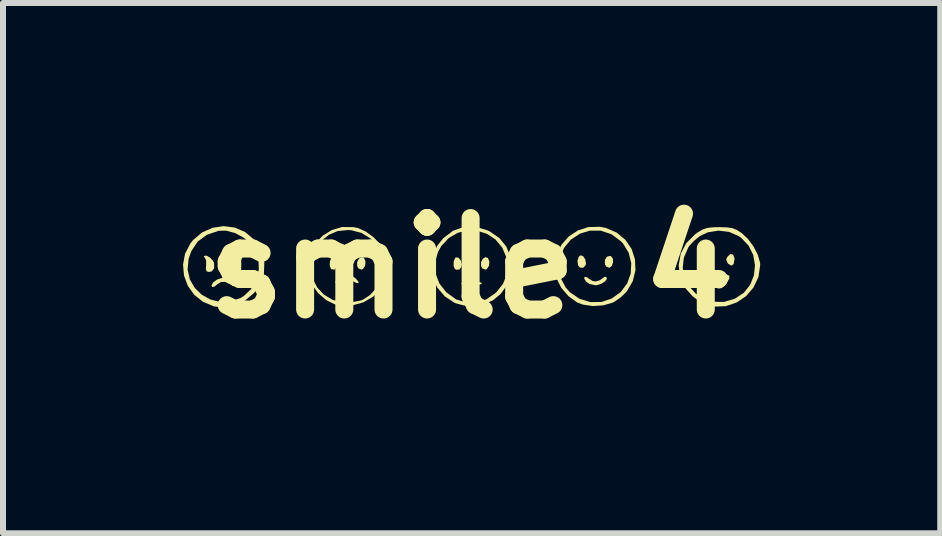
<source format=kicad_pcb>
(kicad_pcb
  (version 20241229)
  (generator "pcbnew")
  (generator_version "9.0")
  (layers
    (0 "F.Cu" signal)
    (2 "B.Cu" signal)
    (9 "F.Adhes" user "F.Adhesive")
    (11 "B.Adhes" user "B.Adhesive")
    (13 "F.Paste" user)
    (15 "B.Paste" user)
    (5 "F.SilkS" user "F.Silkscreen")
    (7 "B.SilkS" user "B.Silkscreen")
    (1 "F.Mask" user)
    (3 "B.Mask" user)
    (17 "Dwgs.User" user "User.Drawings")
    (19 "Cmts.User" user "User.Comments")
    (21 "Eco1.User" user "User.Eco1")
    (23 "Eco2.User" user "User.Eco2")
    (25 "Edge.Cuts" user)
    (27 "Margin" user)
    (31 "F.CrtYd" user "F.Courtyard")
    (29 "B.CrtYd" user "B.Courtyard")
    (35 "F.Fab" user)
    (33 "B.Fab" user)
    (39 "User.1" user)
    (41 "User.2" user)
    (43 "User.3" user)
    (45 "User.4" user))
  (footprint "smile 4"
    (layer "F.Cu")
    (at 4.792 1.418)
    (property "Reference" "smile 4" (at 0 0 0) (layer "F.SilkS") (effects (font (size 1.524 1.524) (thickness 0.3))))
    (attr board_only exclude_from_pos_files exclude_from_bom)
    (fp_poly (pts (xy -1.776 -0.169) (xy -1.751 -0.11) (xy -1.758 -0.038) (xy -1.793 0.015) (xy -1.815 0.025) (xy -1.867 0.007) (xy -1.89 -0.033) (xy -1.891 -0.1) (xy -1.861 -0.156) (xy -1.817 -0.183)) (stroke (width 0) (type solid)) (fill yes) (layer "F.SilkS"))
    (fp_poly (pts (xy 0.288 -0.169) (xy 0.313 -0.11) (xy 0.306 -0.038) (xy 0.271 0.015) (xy 0.249 0.025) (xy 0.197 0.007) (xy 0.174 -0.033) (xy 0.173 -0.1) (xy 0.203 -0.156) (xy 0.247 -0.183)) (stroke (width 0) (type solid)) (fill yes) (layer "F.SilkS"))
    (fp_poly (pts (xy 1.874 -0.2) (xy 1.909 -0.148) (xy 1.923 -0.083) (xy 1.917 -0.05) (xy 1.876 -0.006) (xy 1.823 -0.008) (xy 1.79 -0.046) (xy 1.781 -0.123) (xy 1.802 -0.189) (xy 1.831 -0.214)) (stroke (width 0) (type solid)) (fill yes) (layer "F.SilkS"))
    (fp_poly (pts (xy 2.338 -0.2) (xy 2.371 -0.159) (xy 2.374 -0.094) (xy 2.35 -0.033) (xy 2.313 -0.006) (xy 2.261 -0.025) (xy 2.238 -0.063) (xy 2.237 -0.136) (xy 2.271 -0.19) (xy 2.326 -0.204)) (stroke (width 0) (type solid)) (fill yes) (layer "F.SilkS"))
    (fp_poly (pts (xy 4.373 -0.226) (xy 4.397 -0.164) (xy 4.397 -0.146) (xy 4.383 -0.067) (xy 4.345 -0.041) (xy 4.292 -0.073) (xy 4.285 -0.081) (xy 4.259 -0.142) (xy 4.276 -0.185) (xy 4.328 -0.235)) (stroke (width 0) (type solid)) (fill yes) (layer "F.SilkS"))
    (fp_poly (pts (xy -2.23 -0.137) (xy -2.214 -0.075) (xy -2.225 -0.027) (xy -2.272 0.027) (xy -2.321 0.017) (xy -2.328 0.011) (xy -2.348 -0.043) (xy -2.344 -0.116) (xy -2.32 -0.172) (xy -2.313 -0.178) (xy -2.267 -0.178)) (stroke (width 0) (type solid)) (fill yes) (layer "F.SilkS"))
    (fp_poly (pts (xy -0.205 -0.176) (xy -0.166 -0.132) (xy -0.147 -0.068) (xy -0.15 -0.03) (xy -0.186 0.023) (xy -0.24 0.027) (xy -0.265 0.011) (xy -0.284 -0.043) (xy -0.281 -0.116) (xy -0.256 -0.172) (xy -0.249 -0.178)) (stroke (width 0) (type solid)) (fill yes) (layer "F.SilkS"))
    (fp_poly (pts (xy 3.993 -0.2) (xy 4.009 -0.139) (xy 3.998 -0.091) (xy 3.951 -0.037) (xy 3.902 -0.046) (xy 3.895 -0.053) (xy 3.875 -0.107) (xy 3.879 -0.18) (xy 3.903 -0.235) (xy 3.91 -0.241) (xy 3.956 -0.241)) (stroke (width 0) (type solid)) (fill yes) (layer "F.SilkS"))
    (fp_poly (pts (xy 0.112 0.227) (xy 0.175 0.241) (xy 0.191 0.254) (xy 0.162 0.271) (xy 0.088 0.283) (xy 0.016 0.286) (xy -0.08 0.281) (xy -0.143 0.267) (xy -0.159 0.254) (xy -0.13 0.237) (xy -0.056 0.225) (xy 0.016 0.222)) (stroke (width 0) (type solid)) (fill yes) (layer "F.SilkS"))
    (fp_poly (pts (xy -3.785 -0.207) (xy -3.802 -0.186) (xy -3.823 -0.13) (xy -3.821 -0.065) (xy -3.823 0.012) (xy -3.854 0.064) (xy -3.901 0.075) (xy -3.931 0.056) (xy -3.966 -0.018) (xy -3.954 -0.103) (xy -3.898 -0.173) (xy -3.835 -0.209) (xy -3.793 -0.221)) (stroke (width 0) (type solid)) (fill yes) (layer "F.SilkS"))
    (fp_poly (pts (xy 4.256 0.102) (xy 4.311 0.127) (xy 4.311 0.176) (xy 4.261 0.255) (xy 4.252 0.266) (xy 4.184 0.333) (xy 4.123 0.341) (xy 4.053 0.291) (xy 4.038 0.276) (xy 3.975 0.194) (xy 3.969 0.138) (xy 4.021 0.106) (xy 4.131 0.095) (xy 4.143 0.095)) (stroke (width 0) (type solid)) (fill yes) (layer "F.SilkS"))
    (fp_poly (pts (xy -4.344 -0.177) (xy -4.294 -0.125) (xy -4.275 -0.086) (xy -4.272 0.002) (xy -4.313 0.054) (xy -4.357 0.064) (xy -4.399 0.054) (xy -4.412 0.013) (xy -4.407 -0.047) (xy -4.407 -0.124) (xy -4.424 -0.168) (xy -4.428 -0.17) (xy -4.445 -0.196) (xy -4.44 -0.204) (xy -4.4 -0.208)) (stroke (width 0) (type solid)) (fill yes) (layer "F.SilkS"))
    (fp_poly (pts (xy -4.036 0.173) (xy -3.971 0.208) (xy -3.927 0.251) (xy -3.922 0.289) (xy -3.931 0.298) (xy -3.973 0.293) (xy -4.001 0.27) (xy -4.071 0.229) (xy -4.156 0.23) (xy -4.223 0.27) (xy -4.272 0.311) (xy -4.309 0.313) (xy -4.318 0.291) (xy -4.29 0.238) (xy -4.223 0.19) (xy -4.139 0.162) (xy -4.106 0.159)) (stroke (width 0) (type solid)) (fill yes) (layer "F.SilkS"))
    (fp_poly (pts (xy -1.939 0.153) (xy -1.917 0.171) (xy -1.868 0.226) (xy -1.869 0.252) (xy -1.914 0.243) (xy -1.978 0.207) (xy -2.037 0.178) (xy -2.092 0.185) (xy -2.14 0.207) (xy -2.213 0.243) (xy -2.246 0.251) (xy -2.254 0.233) (xy -2.254 0.226) (xy -2.225 0.176) (xy -2.15 0.131) (xy -2.092 0.111) (xy -2.016 0.11)) (stroke (width 0) (type solid)) (fill yes) (layer "F.SilkS"))
    (fp_poly (pts (xy 2.26 0.146) (xy 2.272 0.179) (xy 2.24 0.221) (xy 2.18 0.26) (xy 2.107 0.283) (xy 2.08 0.286) (xy 1.983 0.265) (xy 1.924 0.225) (xy 1.893 0.174) (xy 1.899 0.146) (xy 1.941 0.152) (xy 1.969 0.175) (xy 2.031 0.213) (xy 2.08 0.222) (xy 2.154 0.202) (xy 2.19 0.175) (xy 2.236 0.144)) (stroke (width 0) (type solid)) (fill yes) (layer "F.SilkS"))
    (fp_poly (pts (xy -3.929 -0.676) (xy -3.757 -0.601) (xy -3.609 -0.476) (xy -3.598 -0.463) (xy -3.488 -0.285) (xy -3.437 -0.097) (xy -3.444 0.094) (xy -3.51 0.276) (xy -3.606 0.412) (xy -3.763 0.544) (xy -3.942 0.626) (xy -4.131 0.655) (xy -4.275 0.638) (xy -4.459 0.562) (xy -4.606 0.444) (xy -4.713 0.294) (xy -4.776 0.123) (xy -4.785 0.023) (xy -4.716 0.023) (xy -4.679 0.187) (xy -4.597 0.329) (xy -4.48 0.443) (xy -4.336 0.523) (xy -4.174 0.563) (xy -4.004 0.556) (xy -3.835 0.498) (xy -3.779 0.464) (xy -3.655 0.347) (xy -3.57 0.193) (xy -3.529 0.019) (xy -3.536 -0.159) (xy -3.567 -0.263) (xy -3.65 -0.393) (xy -3.775 -0.503) (xy -3.923 -0.584) (xy -4.077 -0.625) (xy -4.199 -0.622) (xy -4.395 -0.555) (xy -4.547 -0.443) (xy -4.653 -0.285) (xy -4.699 -0.156) (xy -4.716 0.023) (xy -4.785 0.023) (xy -4.792 -0.059) (xy -4.758 -0.241) (xy -4.669 -0.412) (xy -4.627 -0.465) (xy -4.476 -0.594) (xy -4.301 -0.672) (xy -4.115 -0.7)) (stroke (width 0) (type solid)) (fill yes) (layer "F.SilkS"))
    (fp_poly (pts (xy 0.279 -0.63) (xy 0.32 -0.611) (xy 0.482 -0.499) (xy 0.595 -0.359) (xy 0.661 -0.201) (xy 0.683 -0.034) (xy 0.662 0.133) (xy 0.602 0.29) (xy 0.503 0.428) (xy 0.37 0.538) (xy 0.203 0.609) (xy 0.009 0.634) (xy -0.116 0.621) (xy -0.24 0.588) (xy -0.27 0.576) (xy -0.428 0.472) (xy -0.554 0.326) (xy -0.637 0.153) (xy -0.667 -0.028) (xy -0.656 -0.091) (xy -0.594 -0.091) (xy -0.585 0.087) (xy -0.521 0.255) (xy -0.406 0.402) (xy -0.244 0.519) (xy -0.238 0.522) (xy -0.113 0.56) (xy 0.037 0.569) (xy 0.184 0.549) (xy 0.264 0.52) (xy 0.423 0.409) (xy 0.539 0.264) (xy 0.606 0.098) (xy 0.617 -0.08) (xy 0.602 -0.165) (xy 0.527 -0.342) (xy 0.414 -0.478) (xy 0.273 -0.571) (xy 0.114 -0.622) (xy -0.051 -0.628) (xy -0.213 -0.589) (xy -0.361 -0.504) (xy -0.485 -0.373) (xy -0.543 -0.27) (xy -0.594 -0.091) (xy -0.656 -0.091) (xy -0.638 -0.201) (xy -0.557 -0.371) (xy -0.456 -0.498) (xy -0.292 -0.623) (xy -0.112 -0.687) (xy 0.079 -0.69)) (stroke (width 0) (type solid)) (fill yes) (layer "F.SilkS"))
    (fp_poly (pts (xy 2.253 -0.67) (xy 2.436 -0.591) (xy 2.58 -0.471) (xy 2.683 -0.319) (xy 2.739 -0.146) (xy 2.747 0.036) (xy 2.702 0.218) (xy 2.602 0.389) (xy 2.596 0.396) (xy 2.505 0.484) (xy 2.4 0.558) (xy 2.368 0.575) (xy 2.212 0.62) (xy 2.038 0.632) (xy 1.872 0.608) (xy 1.775 0.572) (xy 1.63 0.467) (xy 1.51 0.327) (xy 1.433 0.173) (xy 1.427 0.152) (xy 1.408 -0.006) (xy 1.472 -0.006) (xy 1.502 0.165) (xy 1.584 0.322) (xy 1.656 0.403) (xy 1.816 0.512) (xy 1.995 0.566) (xy 2.18 0.564) (xy 2.349 0.508) (xy 2.502 0.398) (xy 2.609 0.255) (xy 2.668 0.091) (xy 2.677 -0.083) (xy 2.635 -0.254) (xy 2.539 -0.411) (xy 2.505 -0.447) (xy 2.347 -0.565) (xy 2.17 -0.624) (xy 1.984 -0.624) (xy 1.824 -0.575) (xy 1.669 -0.474) (xy 1.557 -0.337) (xy 1.491 -0.177) (xy 1.472 -0.006) (xy 1.408 -0.006) (xy 1.404 -0.044) (xy 1.436 -0.228) (xy 1.515 -0.391) (xy 1.635 -0.527) (xy 1.786 -0.627) (xy 1.962 -0.684) (xy 2.154 -0.689)) (stroke (width 0) (type solid)) (fill yes) (layer "F.SilkS"))
    (fp_poly (pts (xy -1.952 -0.683) (xy -1.876 -0.668) (xy -1.749 -0.611) (xy -1.621 -0.518) (xy -1.511 -0.405) (xy -1.437 -0.29) (xy -1.427 -0.264) (xy -1.399 -0.105) (xy -1.408 0.072) (xy -1.449 0.239) (xy -1.5 0.342) (xy -1.624 0.475) (xy -1.786 0.57) (xy -1.971 0.621) (xy -2.162 0.624) (xy -2.264 0.603) (xy -2.405 0.533) (xy -2.537 0.421) (xy -2.637 0.285) (xy -2.642 0.276) (xy -2.705 0.093) (xy -2.709 0.011) (xy -2.664 0.011) (xy -2.632 0.173) (xy -2.557 0.321) (xy -2.445 0.442) (xy -2.299 0.529) (xy -2.122 0.57) (xy -2.072 0.572) (xy -1.953 0.563) (xy -1.841 0.542) (xy -1.8 0.529) (xy -1.672 0.445) (xy -1.56 0.319) (xy -1.475 0.168) (xy -1.432 0.014) (xy -1.429 -0.032) (xy -1.459 -0.204) (xy -1.541 -0.361) (xy -1.664 -0.492) (xy -1.817 -0.586) (xy -1.99 -0.632) (xy -2.045 -0.635) (xy -2.217 -0.617) (xy -2.359 -0.557) (xy -2.472 -0.466) (xy -2.589 -0.319) (xy -2.651 -0.156) (xy -2.664 0.011) (xy -2.709 0.011) (xy -2.713 -0.088) (xy -2.671 -0.26) (xy -2.586 -0.414) (xy -2.464 -0.541) (xy -2.314 -0.634) (xy -2.141 -0.685)) (stroke (width 0) (type solid)) (fill yes) (layer "F.SilkS"))
    (fp_poly (pts (xy 4.275 -0.679) (xy 4.364 -0.666) (xy 4.438 -0.635) (xy 4.514 -0.587) (xy 4.619 -0.49) (xy 4.715 -0.36) (xy 4.787 -0.219) (xy 4.824 -0.088) (xy 4.826 -0.054) (xy 4.797 0.146) (xy 4.715 0.321) (xy 4.591 0.466) (xy 4.433 0.573) (xy 4.251 0.634) (xy 4.053 0.642) (xy 3.974 0.629) (xy 3.837 0.572) (xy 3.701 0.47) (xy 3.585 0.341) (xy 3.507 0.203) (xy 3.492 0.159) (xy 3.473 -0.003) (xy 3.535 -0.003) (xy 3.567 0.159) (xy 3.641 0.303) (xy 3.751 0.424) (xy 3.889 0.512) (xy 4.048 0.561) (xy 4.221 0.563) (xy 4.401 0.511) (xy 4.553 0.411) (xy 4.66 0.276) (xy 4.722 0.119) (xy 4.739 -0.05) (xy 4.71 -0.218) (xy 4.633 -0.374) (xy 4.508 -0.505) (xy 4.47 -0.532) (xy 4.308 -0.604) (xy 4.129 -0.625) (xy 3.951 -0.596) (xy 3.82 -0.534) (xy 3.726 -0.458) (xy 3.645 -0.371) (xy 3.626 -0.343) (xy 3.553 -0.172) (xy 3.535 -0.003) (xy 3.473 -0.003) (xy 3.467 -0.048) (xy 3.502 -0.243) (xy 3.595 -0.418) (xy 3.743 -0.566) (xy 3.784 -0.595) (xy 3.866 -0.643) (xy 3.945 -0.67) (xy 4.045 -0.681) (xy 4.146 -0.683)) (stroke (width 0) (type solid)) (fill yes) (layer "F.SilkS")))
  (gr_rect
    (start -3 -3)
    (end 12.618 5.836)
    (stroke (width 0.1) (type default))
    (fill no)
    (layer "Edge.Cuts")))
</source>
